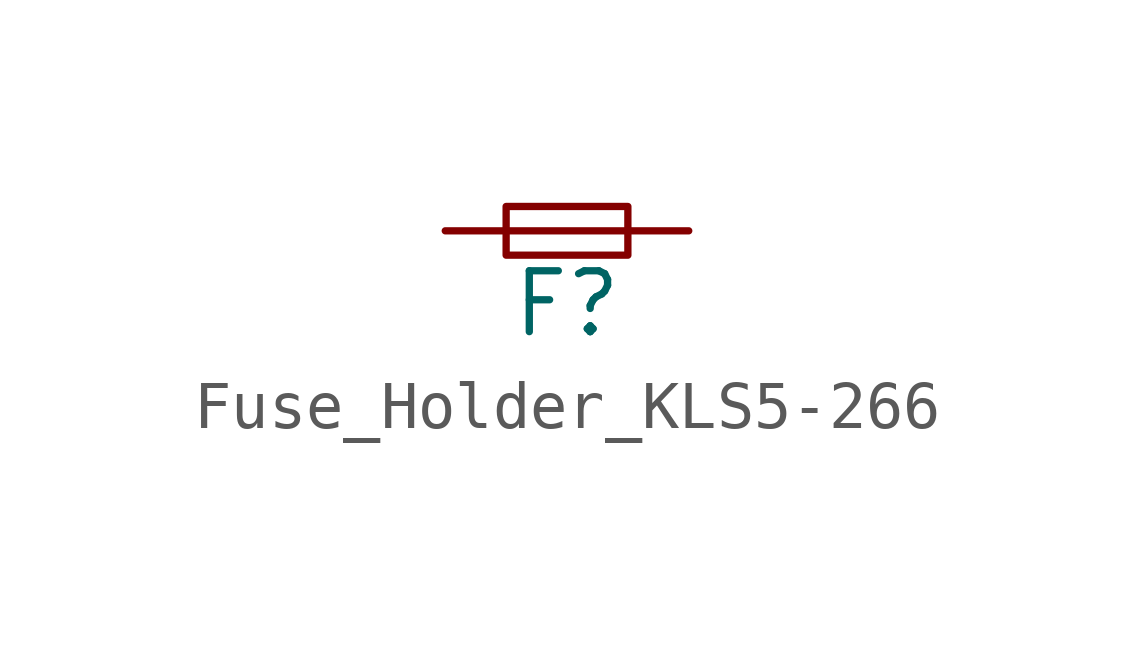
<source format=kicad_sym>
(kicad_symbol_lib
  (version 20220914)
  (generator kicad_symbol_editor)
  (symbol "Fuse_Holder_KLS5-266"
    (pin_numbers hide)
    (pin_names
      (offset 0.254) hide)
    (property "Reference" "F"
      (at 0 -1.524 0)
      (effects (font (size 1.27 1.27))))
    (symbol "Fuse_Holder_KLS5-266_0_1"
      (rectangle (start -1.27 0.508) (end 1.27 -0.508) (stroke (width 0) (type default)) (fill (type none)))
      (polyline (pts (xy -1.27 0) (xy 1.27 0)) (stroke (width 0) (type default)) (fill (type none))))
    (symbol "Fuse_Holder_KLS5-266_1_1"
      (pin passive line (at -2.54 0 0) (length 1.27) (name "~" (effects (font (size 1.27 1.27)))) (number "1" (effects (font (size 1.27 1.27)))))
      (pin passive line (at 2.54 0 180) (length 1.27) (name "~" (effects (font (size 1.27 1.27)))) (number "2" (effects (font (size 1.27 1.27))))))))
</source>
